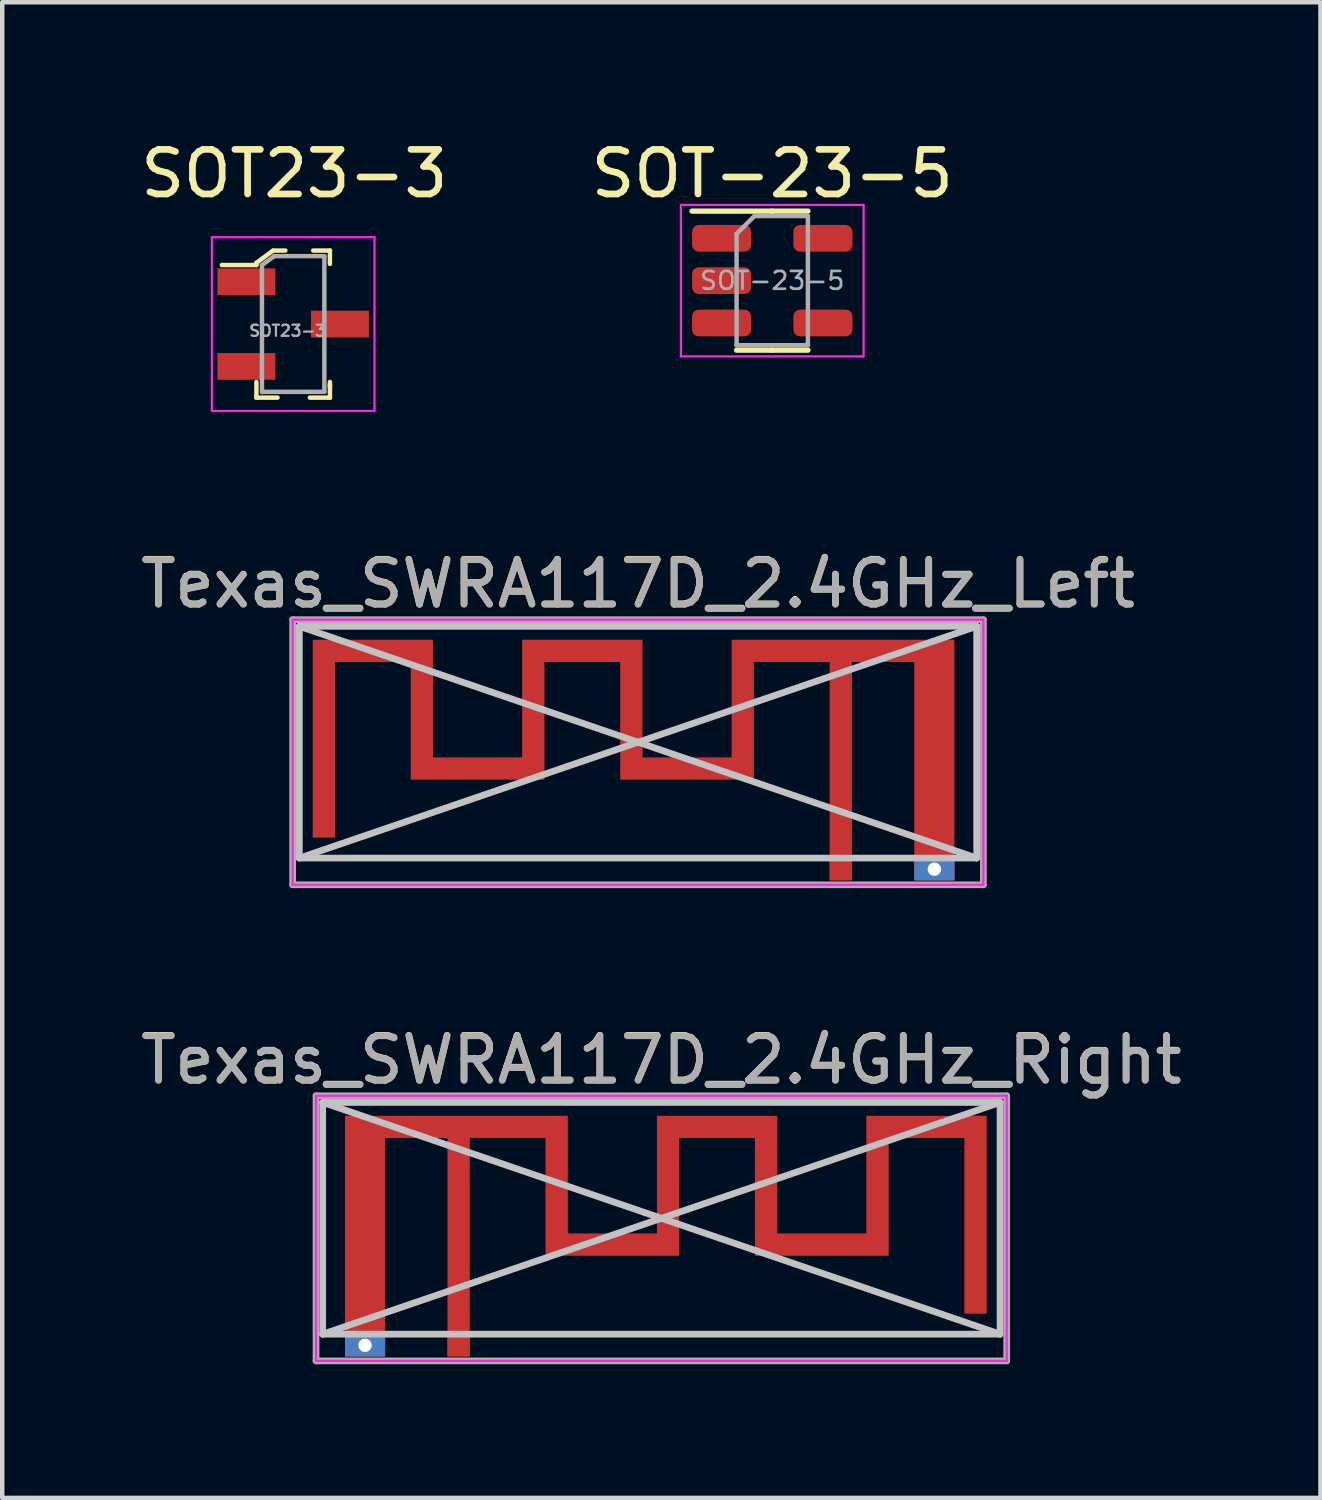
<source format=kicad_pcb>
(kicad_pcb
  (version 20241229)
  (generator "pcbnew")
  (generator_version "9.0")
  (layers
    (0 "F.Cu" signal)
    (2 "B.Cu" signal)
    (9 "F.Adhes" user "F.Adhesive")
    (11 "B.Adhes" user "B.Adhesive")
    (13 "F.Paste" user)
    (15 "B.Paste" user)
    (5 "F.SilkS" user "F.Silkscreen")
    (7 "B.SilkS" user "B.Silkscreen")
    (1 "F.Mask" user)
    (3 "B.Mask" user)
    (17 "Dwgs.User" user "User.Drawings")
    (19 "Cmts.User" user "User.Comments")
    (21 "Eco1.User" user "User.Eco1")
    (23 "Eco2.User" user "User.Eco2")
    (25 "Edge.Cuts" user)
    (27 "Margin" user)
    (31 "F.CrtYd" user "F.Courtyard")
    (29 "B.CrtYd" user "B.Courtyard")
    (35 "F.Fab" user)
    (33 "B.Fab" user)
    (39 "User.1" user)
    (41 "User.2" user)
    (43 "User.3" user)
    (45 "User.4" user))
  (footprint "Texas_SWRA117D_2.4GHz_Right"
    (layer "F.Cu")
    (at 7.242 27.14)
    (property "Reference" "Texas_SWRA117D_2.4GHz_Right" (at 4.55 -6.41 0) (layer "F.SilkS") (effects (font (size 1 1) (thickness 0.15))))
    (attr exclude_from_pos_files exclude_from_bom)
    (fp_poly (pts (xy 2.45 -2.51) (xy 4.45 -2.51) (xy 4.45 -5.15) (xy 7.15 -5.15) (xy 7.15 -2.51) (xy 9.15 -2.51) (xy 9.15 -5.15) (xy 11.85 -5.15) (xy 11.85 -0.71) (xy 11.35 -0.71) (xy 11.35 -4.65) (xy 9.65 -4.65) (xy 9.65 -2.01) (xy 6.65 -2.01) (xy 6.65 -4.65) (xy 4.95 -4.65) (xy 4.95 -2.01) (xy 1.95 -2.01) (xy 1.95 -4.65) (xy 0.25 -4.65) (xy 0.25 0.25) (xy -0.25 0.25) (xy -0.25 -4.65) (xy -1.65 -4.65) (xy -1.65 0.25) (xy -2.55 0.25) (xy -2.55 0.007) (xy -2.248 0.007) (xy -2.238 0.054) (xy -2.214 0.097) (xy -2.176 0.13) (xy -2.168 0.134) (xy -2.125 0.146) (xy -2.077 0.145) (xy -2.031 0.132) (xy -2.013 0.122) (xy -1.979 0.087) (xy -1.958 0.041) (xy -1.952 -0.008) (xy -1.96 -0.056) (xy -1.977 -0.089) (xy -2.012 -0.121) (xy -2.058 -0.141) (xy -2.107 -0.148) (xy -2.155 -0.14) (xy -2.188 -0.123) (xy -2.223 -0.086) (xy -2.243 -0.042) (xy -2.248 0.007) (xy -2.55 0.007) (xy -2.55 -5.15) (xy 2.45 -5.15) (xy 2.45 -2.51)) (stroke (width 0) (type solid)) (fill yes) (layer "F.Cu"))
    (fp_line (start -3.05 -5.45) (end 12.15 -5.45) (stroke (width 0.15) (type solid)) (layer "Dwgs.User"))
    (fp_line (start -3.05 -5.45) (end 12.15 -0.25) (stroke (width 0.15) (type solid)) (layer "Dwgs.User"))
    (fp_line (start -3.05 -0.25) (end -3.05 -5.45) (stroke (width 0.15) (type solid)) (layer "Dwgs.User"))
    (fp_line (start -3.05 -0.25) (end 12.15 -5.45) (stroke (width 0.15) (type solid)) (layer "Dwgs.User"))
    (fp_line (start -3.05 -0.25) (end 12.15 -0.25) (stroke (width 0.15) (type solid)) (layer "Dwgs.User"))
    (fp_line (start 12.15 -0.25) (end 12.15 -5.45) (stroke (width 0.15) (type solid)) (layer "Dwgs.User"))
    (fp_line (start -3.2 -5.6) (end 12.3 -5.6) (stroke (width 0.05) (type solid)) (layer "F.CrtYd"))
    (fp_line (start -3.2 0.35) (end -3.2 -5.6) (stroke (width 0.05) (type solid)) (layer "F.CrtYd"))
    (fp_line (start 12.3 -5.6) (end 12.3 0.35) (stroke (width 0.05) (type solid)) (layer "F.CrtYd"))
    (fp_line (start 12.3 0.35) (end -3.2 0.35) (stroke (width 0.05) (type solid)) (layer "F.CrtYd"))
    (fp_line (start -3.2 -5.6) (end 12.3 -5.6) (stroke (width 0.15) (type solid)) (layer "F.Fab"))
    (fp_line (start -3.2 0.35) (end -3.2 -5.6) (stroke (width 0.15) (type solid)) (layer "F.Fab"))
    (fp_line (start 12.3 -5.6) (end 12.3 0.35) (stroke (width 0.15) (type solid)) (layer "F.Fab"))
    (fp_line (start 12.3 0.35) (end -3.2 0.35) (stroke (width 0.15) (type solid)) (layer "F.Fab"))
    (fp_text user "${REFERENCE}" (at 4.55 -6.4 0) (layer "F.Fab") (effects (font (size 1 1) (thickness 0.15))))
    (pad "1" connect rect (at 0 0) (size 0.5 0.5) (layers "F.Cu"))
    (pad "2" thru_hole rect (at -2.1 0) (size 0.9 0.5) (drill 0.3) (layers "*.Cu")))
  (footprint "SOT23-3"
    (layer "F.Cu")
    (at 3.529 4.223)
    (property "Reference" "SOT23-3" (at 0.025 -3.375 0) (layer "F.SilkS") (effects (font (size 1 1) (thickness 0.15))))
    (attr smd)
    (fp_line (start -0.825 -1.375) (end -0.825 -1.325) (stroke (width 0.1) (type solid)) (layer "F.SilkS"))
    (fp_line (start -0.825 -1.325) (end -1.6 -1.325) (stroke (width 0.1) (type solid)) (layer "F.SilkS"))
    (fp_line (start -0.825 1.65) (end -0.825 1.3) (stroke (width 0.1) (type solid)) (layer "F.SilkS"))
    (fp_line (start -0.45 -1.65) (end -0.825 -1.375) (stroke (width 0.1) (type solid)) (layer "F.SilkS"))
    (fp_line (start -0.35 1.65) (end -0.825 1.65) (stroke (width 0.1) (type solid)) (layer "F.SilkS"))
    (fp_line (start -0.175 -1.65) (end -0.45 -1.65) (stroke (width 0.1) (type solid)) (layer "F.SilkS"))
    (fp_line (start 0.45 -1.65) (end 0.825 -1.65) (stroke (width 0.1) (type solid)) (layer "F.SilkS"))
    (fp_line (start 0.825 -1.65) (end 0.825 -1.35) (stroke (width 0.1) (type solid)) (layer "F.SilkS"))
    (fp_line (start 0.825 1.35) (end 0.825 1.65) (stroke (width 0.1) (type solid)) (layer "F.SilkS"))
    (fp_line (start 0.825 1.425) (end 0.825 1.3) (stroke (width 0.1) (type solid)) (layer "F.SilkS"))
    (fp_line (start 0.825 1.65) (end 0.375 1.65) (stroke (width 0.1) (type solid)) (layer "F.SilkS"))
    (fp_line (start -1.825 -1.95) (end -1.825 1.95) (stroke (width 0.05) (type solid)) (layer "F.CrtYd"))
    (fp_line (start -1.825 -1.95) (end 1.825 -1.95) (stroke (width 0.05) (type solid)) (layer "F.CrtYd"))
    (fp_line (start 1.825 -1.95) (end 1.825 1.95) (stroke (width 0.05) (type solid)) (layer "F.CrtYd"))
    (fp_line (start 1.825 1.95) (end -1.825 1.95) (stroke (width 0.05) (type solid)) (layer "F.CrtYd"))
    (fp_line (start -0.7 -1.325) (end -0.7 1.525) (stroke (width 0.1) (type solid)) (layer "F.Fab"))
    (fp_line (start -0.7 1.52) (end 0.7 1.52) (stroke (width 0.1) (type solid)) (layer "F.Fab"))
    (fp_line (start -0.425 -1.525) (end -0.7 -1.325) (stroke (width 0.1) (type solid)) (layer "F.Fab"))
    (fp_line (start -0.425 -1.525) (end 0.7 -1.525) (stroke (width 0.1) (type solid)) (layer "F.Fab"))
    (fp_line (start 0.7 1.52) (end 0.7 -1.52) (stroke (width 0.1) (type solid)) (layer "F.Fab"))
    (fp_text user "${REFERENCE}" (at -0.125 0.15 0) (layer "F.Fab") (effects (font (size 0.25 0.25) (thickness 0.05))))
    (pad "1" smd rect (at -1.05 -0.95) (size 1.3 0.6) (layers "F.Cu" "F.Mask" "F.Paste"))
    (pad "2" smd rect (at -1.05 0.95) (size 1.3 0.6) (layers "F.Cu" "F.Mask" "F.Paste"))
    (pad "3" smd rect (at 1.05 0) (size 1.3 0.6) (layers "F.Cu" "F.Mask" "F.Paste")))
  (footprint "Texas_SWRA117D_2.4GHz_Left"
    (layer "F.Cu")
    (at 15.818 16.456)
    (property "Reference" "Texas_SWRA117D_2.4GHz_Left" (at -4.55 -6.41 0) (layer "F.SilkS") (effects (font (size 1 1) (thickness 0.15))))
    (attr exclude_from_pos_files exclude_from_bom)
    (fp_poly (pts (xy -2.45 -2.51) (xy -4.45 -2.51) (xy -4.45 -5.15) (xy -7.15 -5.15) (xy -7.15 -2.51) (xy -9.15 -2.51) (xy -9.15 -5.15) (xy -11.85 -5.15) (xy -11.85 -0.71) (xy -11.35 -0.71) (xy -11.35 -4.65) (xy -9.65 -4.65) (xy -9.65 -2.01) (xy -6.65 -2.01) (xy -6.65 -4.65) (xy -4.95 -4.65) (xy -4.95 -2.01) (xy -1.95 -2.01) (xy -1.95 -4.65) (xy -0.25 -4.65) (xy -0.25 0.25) (xy 0.25 0.25) (xy 0.25 -4.65) (xy 1.65 -4.65) (xy 1.65 0.25) (xy 2.55 0.25) (xy 2.55 0.007) (xy 2.248 0.007) (xy 2.238 0.054) (xy 2.214 0.097) (xy 2.176 0.13) (xy 2.168 0.134) (xy 2.125 0.146) (xy 2.077 0.145) (xy 2.031 0.132) (xy 2.013 0.122) (xy 1.979 0.087) (xy 1.958 0.041) (xy 1.952 -0.008) (xy 1.96 -0.056) (xy 1.977 -0.089) (xy 2.012 -0.121) (xy 2.058 -0.141) (xy 2.107 -0.148) (xy 2.155 -0.14) (xy 2.188 -0.123) (xy 2.223 -0.086) (xy 2.243 -0.042) (xy 2.248 0.007) (xy 2.55 0.007) (xy 2.55 -5.15) (xy -2.45 -5.15) (xy -2.45 -2.51)) (stroke (width 0) (type solid)) (fill yes) (layer "F.Cu"))
    (fp_line (start -12.15 -0.25) (end -12.15 -5.45) (stroke (width 0.15) (type solid)) (layer "Dwgs.User"))
    (fp_line (start 3.05 -5.45) (end -12.15 -5.45) (stroke (width 0.15) (type solid)) (layer "Dwgs.User"))
    (fp_line (start 3.05 -5.45) (end -12.15 -0.25) (stroke (width 0.15) (type solid)) (layer "Dwgs.User"))
    (fp_line (start 3.05 -0.25) (end -12.15 -5.45) (stroke (width 0.15) (type solid)) (layer "Dwgs.User"))
    (fp_line (start 3.05 -0.25) (end -12.15 -0.25) (stroke (width 0.15) (type solid)) (layer "Dwgs.User"))
    (fp_line (start 3.05 -0.25) (end 3.05 -5.45) (stroke (width 0.15) (type solid)) (layer "Dwgs.User"))
    (fp_line (start -12.3 -5.6) (end -12.3 0.35) (stroke (width 0.05) (type solid)) (layer "F.CrtYd"))
    (fp_line (start -12.3 0.35) (end 3.2 0.35) (stroke (width 0.05) (type solid)) (layer "F.CrtYd"))
    (fp_line (start 3.2 -5.6) (end -12.3 -5.6) (stroke (width 0.05) (type solid)) (layer "F.CrtYd"))
    (fp_line (start 3.2 0.35) (end 3.2 -5.6) (stroke (width 0.05) (type solid)) (layer "F.CrtYd"))
    (fp_line (start -12.3 -5.6) (end -12.3 0.35) (stroke (width 0.15) (type solid)) (layer "F.Fab"))
    (fp_line (start -12.3 0.35) (end 3.2 0.35) (stroke (width 0.15) (type solid)) (layer "F.Fab"))
    (fp_line (start 3.2 -5.6) (end -12.3 -5.6) (stroke (width 0.15) (type solid)) (layer "F.Fab"))
    (fp_line (start 3.2 0.35) (end 3.2 -5.6) (stroke (width 0.15) (type solid)) (layer "F.Fab"))
    (fp_text user "${REFERENCE}" (at -4.55 -6.4 0) (layer "F.Fab") (effects (font (size 1 1) (thickness 0.15))))
    (pad "1" connect rect (at 0 0) (size 0.5 0.5) (layers "F.Cu"))
    (pad "2" thru_hole rect (at 2.1 0) (size 0.9 0.5) (drill 0.3) (layers "*.Cu")))
  (footprint "SOT-23-5"
    (layer "F.Cu")
    (at 14.28 3.248)
    (property "Reference" "SOT-23-5" (at 0 -2.4 0) (layer "F.SilkS") (effects (font (size 1 1) (thickness 0.15))))
    (attr smd)
    (fp_line (start 0 -1.56) (end -1.8 -1.56) (stroke (width 0.12) (type solid)) (layer "F.SilkS"))
    (fp_line (start 0 -1.56) (end 0.8 -1.56) (stroke (width 0.12) (type solid)) (layer "F.SilkS"))
    (fp_line (start 0 1.56) (end -0.8 1.56) (stroke (width 0.12) (type solid)) (layer "F.SilkS"))
    (fp_line (start 0 1.56) (end 0.8 1.56) (stroke (width 0.12) (type solid)) (layer "F.SilkS"))
    (fp_line (start -2.05 -1.7) (end -2.05 1.7) (stroke (width 0.05) (type solid)) (layer "F.CrtYd"))
    (fp_line (start -2.05 1.7) (end 2.05 1.7) (stroke (width 0.05) (type solid)) (layer "F.CrtYd"))
    (fp_line (start 2.05 -1.7) (end -2.05 -1.7) (stroke (width 0.05) (type solid)) (layer "F.CrtYd"))
    (fp_line (start 2.05 1.7) (end 2.05 -1.7) (stroke (width 0.05) (type solid)) (layer "F.CrtYd"))
    (fp_line (start -0.8 -1.05) (end -0.4 -1.45) (stroke (width 0.1) (type solid)) (layer "F.Fab"))
    (fp_line (start -0.8 1.45) (end -0.8 -1.05) (stroke (width 0.1) (type solid)) (layer "F.Fab"))
    (fp_line (start -0.4 -1.45) (end 0.8 -1.45) (stroke (width 0.1) (type solid)) (layer "F.Fab"))
    (fp_line (start 0.8 -1.45) (end 0.8 1.45) (stroke (width 0.1) (type solid)) (layer "F.Fab"))
    (fp_line (start 0.8 1.45) (end -0.8 1.45) (stroke (width 0.1) (type solid)) (layer "F.Fab"))
    (fp_text user "${REFERENCE}" (at 0 0 0) (layer "F.Fab") (effects (font (size 0.4 0.4) (thickness 0.06))))
    (pad "1" smd roundrect (at -1.137 -0.95) (size 1.325 0.6) (layers "F.Cu" "F.Mask" "F.Paste") (roundrect_rratio 0.25))
    (pad "2" smd roundrect (at -1.137 0) (size 1.325 0.6) (layers "F.Cu" "F.Mask" "F.Paste") (roundrect_rratio 0.25))
    (pad "3" smd roundrect (at -1.137 0.95) (size 1.325 0.6) (layers "F.Cu" "F.Mask" "F.Paste") (roundrect_rratio 0.25))
    (pad "4" smd roundrect (at 1.137 0.95) (size 1.325 0.6) (layers "F.Cu" "F.Mask" "F.Paste") (roundrect_rratio 0.25))
    (pad "5" smd roundrect (at 1.137 -0.95) (size 1.325 0.6) (layers "F.Cu" "F.Mask" "F.Paste") (roundrect_rratio 0.25)))
  (gr_rect
    (start -3 -3)
    (end 26.583 30.565)
    (stroke (width 0.1) (type default))
    (fill no)
    (layer "Edge.Cuts")))
</source>
